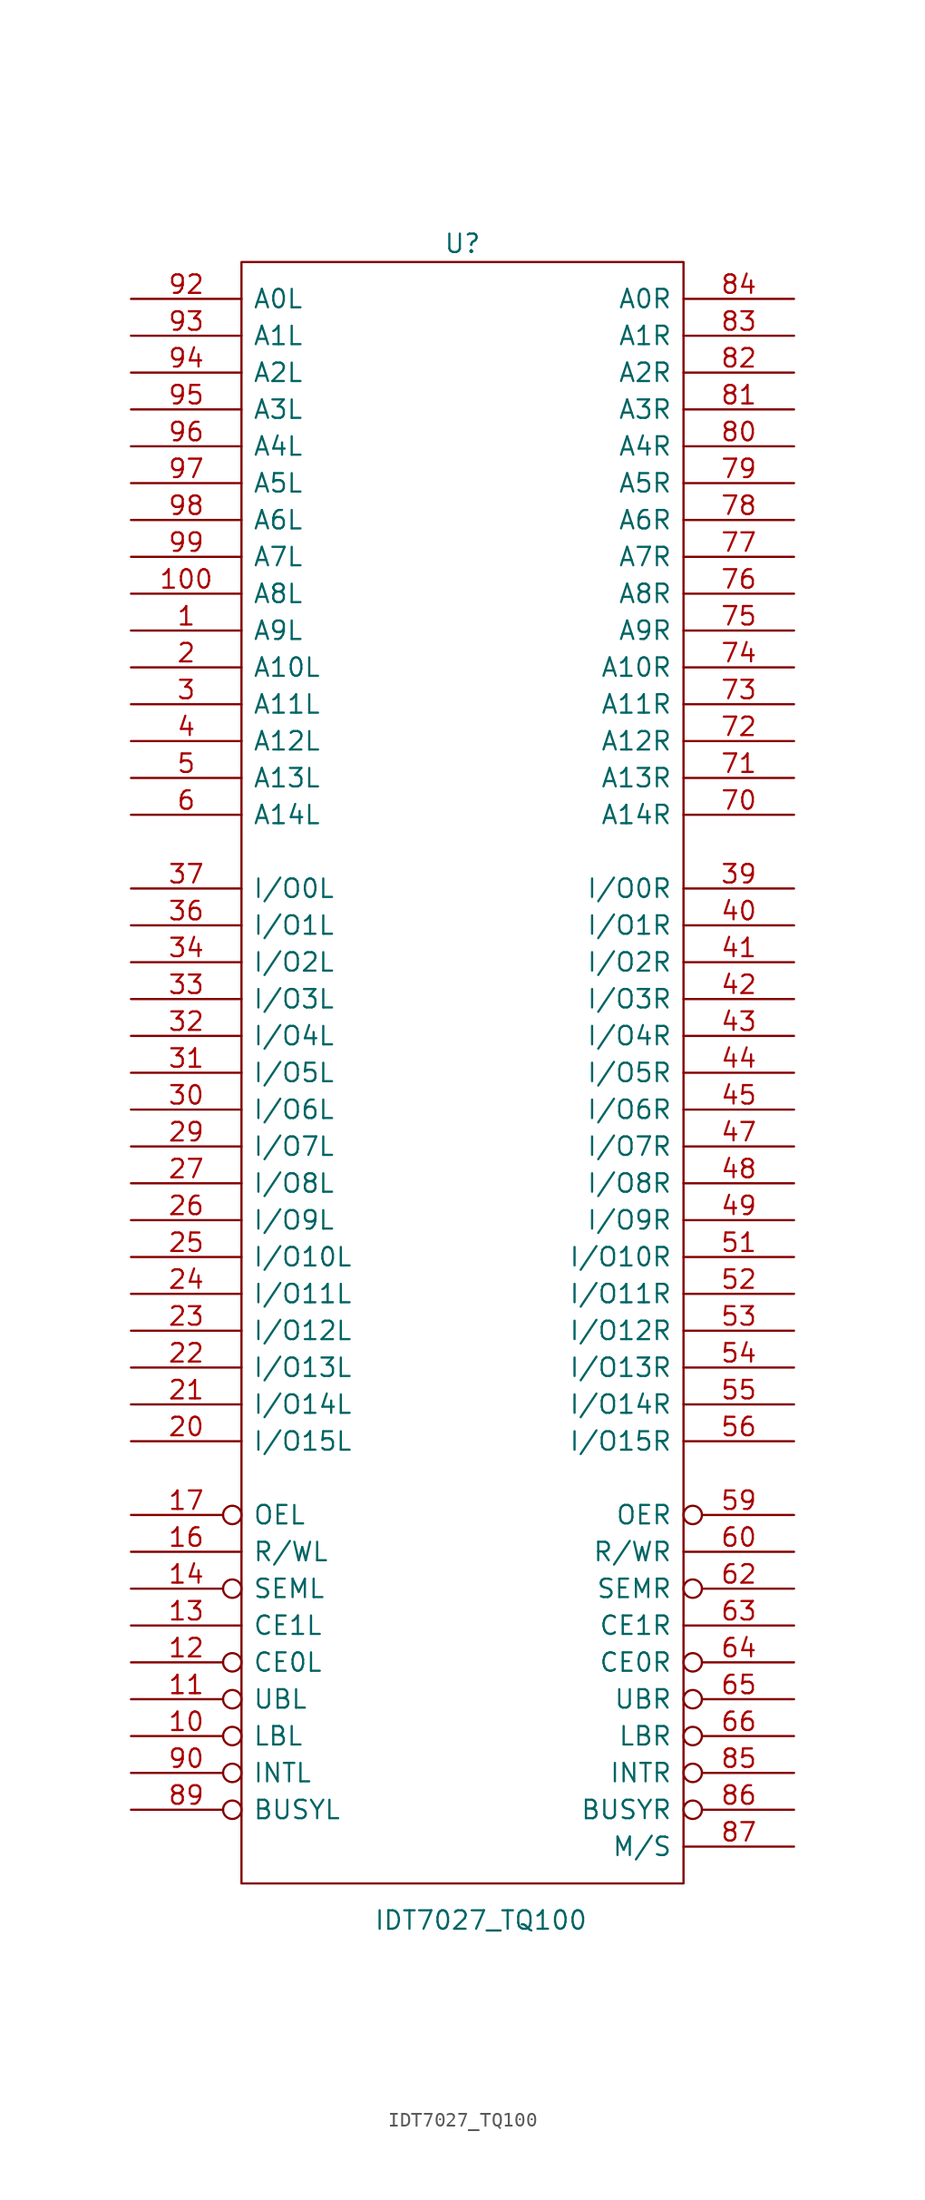
<source format=kicad_sym>
(kicad_symbol_lib
  (version 20231120)
  (generator "kicad_symbol_editor")
  (generator_version "8.0")
  (symbol "IDT7027_TQ100"
    (pin_names
      (offset 0.762))
    (property "Reference" "U"
      (at 0 57.15 0)
      (effects (font (size 1.27 1.27))))
    (property "Value" "IDT7027_TQ100"
      (at 1.27 -58.42 0)
      (effects (font (size 1.27 1.27))))
    (property "Footprint" ""
      (at 0 0 0)
      (effects (font (size 1.27 1.27))))
    (property "Datasheet" ""
      (at 0 0 0)
      (effects (font (size 1.27 1.27))))
    (symbol "IDT7027_TQ100_0_1"
      (rectangle (start -15.24 55.88) (end 15.24 -55.88) (stroke (width 0) (type solid)) (fill (type none))))
    (symbol "IDT7027_TQ100_1_1"
      (pin input line (at -22.86 30.48 0) (length 7.62) (name "A9L" (effects (font (size 1.27 1.27)))) (number "1" (effects (font (size 1.27 1.27)))))
      (pin input inverted (at -22.86 -45.72 0) (length 7.62) (name "LBL" (effects (font (size 1.27 1.27)))) (number "10" (effects (font (size 1.27 1.27)))))
      (pin input line (at -22.86 33.02 0) (length 7.62) (name "A8L" (effects (font (size 1.27 1.27)))) (number "100" (effects (font (size 1.27 1.27)))))
      (pin input inverted (at -22.86 -43.18 0) (length 7.62) (name "UBL" (effects (font (size 1.27 1.27)))) (number "11" (effects (font (size 1.27 1.27)))))
      (pin input inverted (at -22.86 -40.64 0) (length 7.62) (name "CE0L" (effects (font (size 1.27 1.27)))) (number "12" (effects (font (size 1.27 1.27)))))
      (pin input line (at -22.86 -38.1 0) (length 7.62) (name "CE1L" (effects (font (size 1.27 1.27)))) (number "13" (effects (font (size 1.27 1.27)))))
      (pin input inverted (at -22.86 -35.56 0) (length 7.62) (name "SEML" (effects (font (size 1.27 1.27)))) (number "14" (effects (font (size 1.27 1.27)))))
      (pin power_in line (at -2.54 55.88 270) (length 0) hide (name "VCC" (effects (font (size 0.762 0.762)))) (number "15" (effects (font (size 0.762 0.762)))))
      (pin input line (at -22.86 -33.02 0) (length 7.62) (name "R/WL" (effects (font (size 1.27 1.27)))) (number "16" (effects (font (size 1.27 1.27)))))
      (pin input inverted (at -22.86 -30.48 0) (length 7.62) (name "OEL" (effects (font (size 1.27 1.27)))) (number "17" (effects (font (size 1.27 1.27)))))
      (pin power_in line (at -8.89 -55.88 90) (length 0) hide (name "GND" (effects (font (size 0.762 0.762)))) (number "18" (effects (font (size 0.762 0.762)))))
      (pin power_in line (at -6.35 -55.88 90) (length 0) hide (name "GND" (effects (font (size 0.762 0.762)))) (number "19" (effects (font (size 0.762 0.762)))))
      (pin input line (at -22.86 27.94 0) (length 7.62) (name "A10L" (effects (font (size 1.27 1.27)))) (number "2" (effects (font (size 1.27 1.27)))))
      (pin bidirectional line (at -22.86 -25.4 0) (length 7.62) (name "I/O15L" (effects (font (size 1.27 1.27)))) (number "20" (effects (font (size 1.27 1.27)))))
      (pin bidirectional line (at -22.86 -22.86 0) (length 7.62) (name "I/O14L" (effects (font (size 1.27 1.27)))) (number "21" (effects (font (size 1.27 1.27)))))
      (pin bidirectional line (at -22.86 -20.32 0) (length 7.62) (name "I/O13L" (effects (font (size 1.27 1.27)))) (number "22" (effects (font (size 1.27 1.27)))))
      (pin bidirectional line (at -22.86 -17.78 0) (length 7.62) (name "I/O12L" (effects (font (size 1.27 1.27)))) (number "23" (effects (font (size 1.27 1.27)))))
      (pin bidirectional line (at -22.86 -15.24 0) (length 7.62) (name "I/O11L" (effects (font (size 1.27 1.27)))) (number "24" (effects (font (size 1.27 1.27)))))
      (pin bidirectional line (at -22.86 -12.7 0) (length 7.62) (name "I/O10L" (effects (font (size 1.27 1.27)))) (number "25" (effects (font (size 1.27 1.27)))))
      (pin bidirectional line (at -22.86 -10.16 0) (length 7.62) (name "I/O9L" (effects (font (size 1.27 1.27)))) (number "26" (effects (font (size 1.27 1.27)))))
      (pin bidirectional line (at -22.86 -7.62 0) (length 7.62) (name "I/O8L" (effects (font (size 1.27 1.27)))) (number "27" (effects (font (size 1.27 1.27)))))
      (pin power_in line (at 0 55.88 270) (length 0) hide (name "VCC" (effects (font (size 0.762 0.762)))) (number "28" (effects (font (size 0.762 0.762)))))
      (pin bidirectional line (at -22.86 -5.08 0) (length 7.62) (name "I/O7L" (effects (font (size 1.27 1.27)))) (number "29" (effects (font (size 1.27 1.27)))))
      (pin input line (at -22.86 25.4 0) (length 7.62) (name "A11L" (effects (font (size 1.27 1.27)))) (number "3" (effects (font (size 1.27 1.27)))))
      (pin bidirectional line (at -22.86 -2.54 0) (length 7.62) (name "I/O6L" (effects (font (size 1.27 1.27)))) (number "30" (effects (font (size 1.27 1.27)))))
      (pin bidirectional line (at -22.86 0 0) (length 7.62) (name "I/O5L" (effects (font (size 1.27 1.27)))) (number "31" (effects (font (size 1.27 1.27)))))
      (pin bidirectional line (at -22.86 2.54 0) (length 7.62) (name "I/O4L" (effects (font (size 1.27 1.27)))) (number "32" (effects (font (size 1.27 1.27)))))
      (pin bidirectional line (at -22.86 5.08 0) (length 7.62) (name "I/O3L" (effects (font (size 1.27 1.27)))) (number "33" (effects (font (size 1.27 1.27)))))
      (pin bidirectional line (at -22.86 7.62 0) (length 7.62) (name "I/O2L" (effects (font (size 1.27 1.27)))) (number "34" (effects (font (size 1.27 1.27)))))
      (pin power_in line (at -3.81 -55.88 90) (length 0) hide (name "GND" (effects (font (size 0.762 0.762)))) (number "35" (effects (font (size 0.762 0.762)))))
      (pin bidirectional line (at -22.86 10.16 0) (length 7.62) (name "I/O1L" (effects (font (size 1.27 1.27)))) (number "36" (effects (font (size 1.27 1.27)))))
      (pin bidirectional line (at -22.86 12.7 0) (length 7.62) (name "I/O0L" (effects (font (size 1.27 1.27)))) (number "37" (effects (font (size 1.27 1.27)))))
      (pin power_in line (at -1.27 -55.88 90) (length 0) hide (name "GND" (effects (font (size 0.762 0.762)))) (number "38" (effects (font (size 0.762 0.762)))))
      (pin bidirectional line (at 22.86 12.7 180) (length 7.62) (name "I/O0R" (effects (font (size 1.27 1.27)))) (number "39" (effects (font (size 1.27 1.27)))))
      (pin input line (at -22.86 22.86 0) (length 7.62) (name "A12L" (effects (font (size 1.27 1.27)))) (number "4" (effects (font (size 1.27 1.27)))))
      (pin bidirectional line (at 22.86 10.16 180) (length 7.62) (name "I/O1R" (effects (font (size 1.27 1.27)))) (number "40" (effects (font (size 1.27 1.27)))))
      (pin bidirectional line (at 22.86 7.62 180) (length 7.62) (name "I/O2R" (effects (font (size 1.27 1.27)))) (number "41" (effects (font (size 1.27 1.27)))))
      (pin bidirectional line (at 22.86 5.08 180) (length 7.62) (name "I/O3R" (effects (font (size 1.27 1.27)))) (number "42" (effects (font (size 1.27 1.27)))))
      (pin bidirectional line (at 22.86 2.54 180) (length 7.62) (name "I/O4R" (effects (font (size 1.27 1.27)))) (number "43" (effects (font (size 1.27 1.27)))))
      (pin bidirectional line (at 22.86 0 180) (length 7.62) (name "I/O5R" (effects (font (size 1.27 1.27)))) (number "44" (effects (font (size 1.27 1.27)))))
      (pin bidirectional line (at 22.86 -2.54 180) (length 7.62) (name "I/O6R" (effects (font (size 1.27 1.27)))) (number "45" (effects (font (size 1.27 1.27)))))
      (pin power_in line (at 2.54 55.88 270) (length 0) hide (name "VCC" (effects (font (size 0.762 0.762)))) (number "46" (effects (font (size 0.762 0.762)))))
      (pin bidirectional line (at 22.86 -5.08 180) (length 7.62) (name "I/O7R" (effects (font (size 1.27 1.27)))) (number "47" (effects (font (size 1.27 1.27)))))
      (pin bidirectional line (at 22.86 -7.62 180) (length 7.62) (name "I/O8R" (effects (font (size 1.27 1.27)))) (number "48" (effects (font (size 1.27 1.27)))))
      (pin bidirectional line (at 22.86 -10.16 180) (length 7.62) (name "I/O9R" (effects (font (size 1.27 1.27)))) (number "49" (effects (font (size 1.27 1.27)))))
      (pin input line (at -22.86 20.32 0) (length 7.62) (name "A13L" (effects (font (size 1.27 1.27)))) (number "5" (effects (font (size 1.27 1.27)))))
      (pin bidirectional line (at 22.86 -12.7 180) (length 7.62) (name "I/O10R" (effects (font (size 1.27 1.27)))) (number "51" (effects (font (size 1.27 1.27)))))
      (pin bidirectional line (at 22.86 -15.24 180) (length 7.62) (name "I/O11R" (effects (font (size 1.27 1.27)))) (number "52" (effects (font (size 1.27 1.27)))))
      (pin bidirectional line (at 22.86 -17.78 180) (length 7.62) (name "I/O12R" (effects (font (size 1.27 1.27)))) (number "53" (effects (font (size 1.27 1.27)))))
      (pin bidirectional line (at 22.86 -20.32 180) (length 7.62) (name "I/O13R" (effects (font (size 1.27 1.27)))) (number "54" (effects (font (size 1.27 1.27)))))
      (pin bidirectional line (at 22.86 -22.86 180) (length 7.62) (name "I/O14R" (effects (font (size 1.27 1.27)))) (number "55" (effects (font (size 1.27 1.27)))))
      (pin bidirectional line (at 22.86 -25.4 180) (length 7.62) (name "I/O15R" (effects (font (size 1.27 1.27)))) (number "56" (effects (font (size 1.27 1.27)))))
      (pin power_in line (at 1.27 -55.88 90) (length 0) hide (name "GND" (effects (font (size 0.762 0.762)))) (number "57" (effects (font (size 0.762 0.762)))))
      (pin power_in line (at 3.81 -55.88 90) (length 0) hide (name "GND" (effects (font (size 0.762 0.762)))) (number "58" (effects (font (size 0.762 0.762)))))
      (pin input inverted (at 22.86 -30.48 180) (length 7.62) (name "OER" (effects (font (size 1.27 1.27)))) (number "59" (effects (font (size 1.27 1.27)))))
      (pin input line (at -22.86 17.78 0) (length 7.62) (name "A14L" (effects (font (size 1.27 1.27)))) (number "6" (effects (font (size 1.27 1.27)))))
      (pin input line (at 22.86 -33.02 180) (length 7.62) (name "R/WR" (effects (font (size 1.27 1.27)))) (number "60" (effects (font (size 1.27 1.27)))))
      (pin power_in line (at 6.35 -55.88 90) (length 0) hide (name "GND" (effects (font (size 0.762 0.762)))) (number "61" (effects (font (size 0.762 0.762)))))
      (pin input inverted (at 22.86 -35.56 180) (length 7.62) (name "SEMR" (effects (font (size 1.27 1.27)))) (number "62" (effects (font (size 1.27 1.27)))))
      (pin input line (at 22.86 -38.1 180) (length 7.62) (name "CE1R" (effects (font (size 1.27 1.27)))) (number "63" (effects (font (size 1.27 1.27)))))
      (pin input inverted (at 22.86 -40.64 180) (length 7.62) (name "CE0R" (effects (font (size 1.27 1.27)))) (number "64" (effects (font (size 1.27 1.27)))))
      (pin input inverted (at 22.86 -43.18 180) (length 7.62) (name "UBR" (effects (font (size 1.27 1.27)))) (number "65" (effects (font (size 1.27 1.27)))))
      (pin input inverted (at 22.86 -45.72 180) (length 7.62) (name "LBR" (effects (font (size 1.27 1.27)))) (number "66" (effects (font (size 1.27 1.27)))))
      (pin input line (at 22.86 17.78 180) (length 7.62) (name "A14R" (effects (font (size 1.27 1.27)))) (number "70" (effects (font (size 1.27 1.27)))))
      (pin input line (at 22.86 20.32 180) (length 7.62) (name "A13R" (effects (font (size 1.27 1.27)))) (number "71" (effects (font (size 1.27 1.27)))))
      (pin input line (at 22.86 22.86 180) (length 7.62) (name "A12R" (effects (font (size 1.27 1.27)))) (number "72" (effects (font (size 1.27 1.27)))))
      (pin input line (at 22.86 25.4 180) (length 7.62) (name "A11R" (effects (font (size 1.27 1.27)))) (number "73" (effects (font (size 1.27 1.27)))))
      (pin input line (at 22.86 27.94 180) (length 7.62) (name "A10R" (effects (font (size 1.27 1.27)))) (number "74" (effects (font (size 1.27 1.27)))))
      (pin input line (at 22.86 30.48 180) (length 7.62) (name "A9R" (effects (font (size 1.27 1.27)))) (number "75" (effects (font (size 1.27 1.27)))))
      (pin input line (at 22.86 33.02 180) (length 7.62) (name "A8R" (effects (font (size 1.27 1.27)))) (number "76" (effects (font (size 1.27 1.27)))))
      (pin input line (at 22.86 35.56 180) (length 7.62) (name "A7R" (effects (font (size 1.27 1.27)))) (number "77" (effects (font (size 1.27 1.27)))))
      (pin input line (at 22.86 38.1 180) (length 7.62) (name "A6R" (effects (font (size 1.27 1.27)))) (number "78" (effects (font (size 1.27 1.27)))))
      (pin input line (at 22.86 40.64 180) (length 7.62) (name "A5R" (effects (font (size 1.27 1.27)))) (number "79" (effects (font (size 1.27 1.27)))))
      (pin input line (at 22.86 43.18 180) (length 7.62) (name "A4R" (effects (font (size 1.27 1.27)))) (number "80" (effects (font (size 1.27 1.27)))))
      (pin input line (at 22.86 45.72 180) (length 7.62) (name "A3R" (effects (font (size 1.27 1.27)))) (number "81" (effects (font (size 1.27 1.27)))))
      (pin input line (at 22.86 48.26 180) (length 7.62) (name "A2R" (effects (font (size 1.27 1.27)))) (number "82" (effects (font (size 1.27 1.27)))))
      (pin input line (at 22.86 50.8 180) (length 7.62) (name "A1R" (effects (font (size 1.27 1.27)))) (number "83" (effects (font (size 1.27 1.27)))))
      (pin input line (at 22.86 53.34 180) (length 7.62) (name "A0R" (effects (font (size 1.27 1.27)))) (number "84" (effects (font (size 1.27 1.27)))))
      (pin output inverted (at 22.86 -48.26 180) (length 7.62) (name "INTR" (effects (font (size 1.27 1.27)))) (number "85" (effects (font (size 1.27 1.27)))))
      (pin bidirectional inverted (at 22.86 -50.8 180) (length 7.62) (name "BUSYR" (effects (font (size 1.27 1.27)))) (number "86" (effects (font (size 1.27 1.27)))))
      (pin input line (at 22.86 -53.34 180) (length 7.62) (name "M/S" (effects (font (size 1.27 1.27)))) (number "87" (effects (font (size 1.27 1.27)))))
      (pin power_in line (at 8.89 -55.88 90) (length 0) hide (name "GND" (effects (font (size 0.762 0.762)))) (number "88" (effects (font (size 0.762 0.762)))))
      (pin bidirectional inverted (at -22.86 -50.8 0) (length 7.62) (name "BUSYL" (effects (font (size 1.27 1.27)))) (number "89" (effects (font (size 1.27 1.27)))))
      (pin output inverted (at -22.86 -48.26 0) (length 7.62) (name "INTL" (effects (font (size 1.27 1.27)))) (number "90" (effects (font (size 1.27 1.27)))))
      (pin input line (at -22.86 53.34 0) (length 7.62) (name "A0L" (effects (font (size 1.27 1.27)))) (number "92" (effects (font (size 1.27 1.27)))))
      (pin input line (at -22.86 50.8 0) (length 7.62) (name "A1L" (effects (font (size 1.27 1.27)))) (number "93" (effects (font (size 1.27 1.27)))))
      (pin input line (at -22.86 48.26 0) (length 7.62) (name "A2L" (effects (font (size 1.27 1.27)))) (number "94" (effects (font (size 1.27 1.27)))))
      (pin input line (at -22.86 45.72 0) (length 7.62) (name "A3L" (effects (font (size 1.27 1.27)))) (number "95" (effects (font (size 1.27 1.27)))))
      (pin input line (at -22.86 43.18 0) (length 7.62) (name "A4L" (effects (font (size 1.27 1.27)))) (number "96" (effects (font (size 1.27 1.27)))))
      (pin input line (at -22.86 40.64 0) (length 7.62) (name "A5L" (effects (font (size 1.27 1.27)))) (number "97" (effects (font (size 1.27 1.27)))))
      (pin input line (at -22.86 38.1 0) (length 7.62) (name "A6L" (effects (font (size 1.27 1.27)))) (number "98" (effects (font (size 1.27 1.27)))))
      (pin input line (at -22.86 35.56 0) (length 7.62) (name "A7L" (effects (font (size 1.27 1.27)))) (number "99" (effects (font (size 1.27 1.27))))))))
</source>
